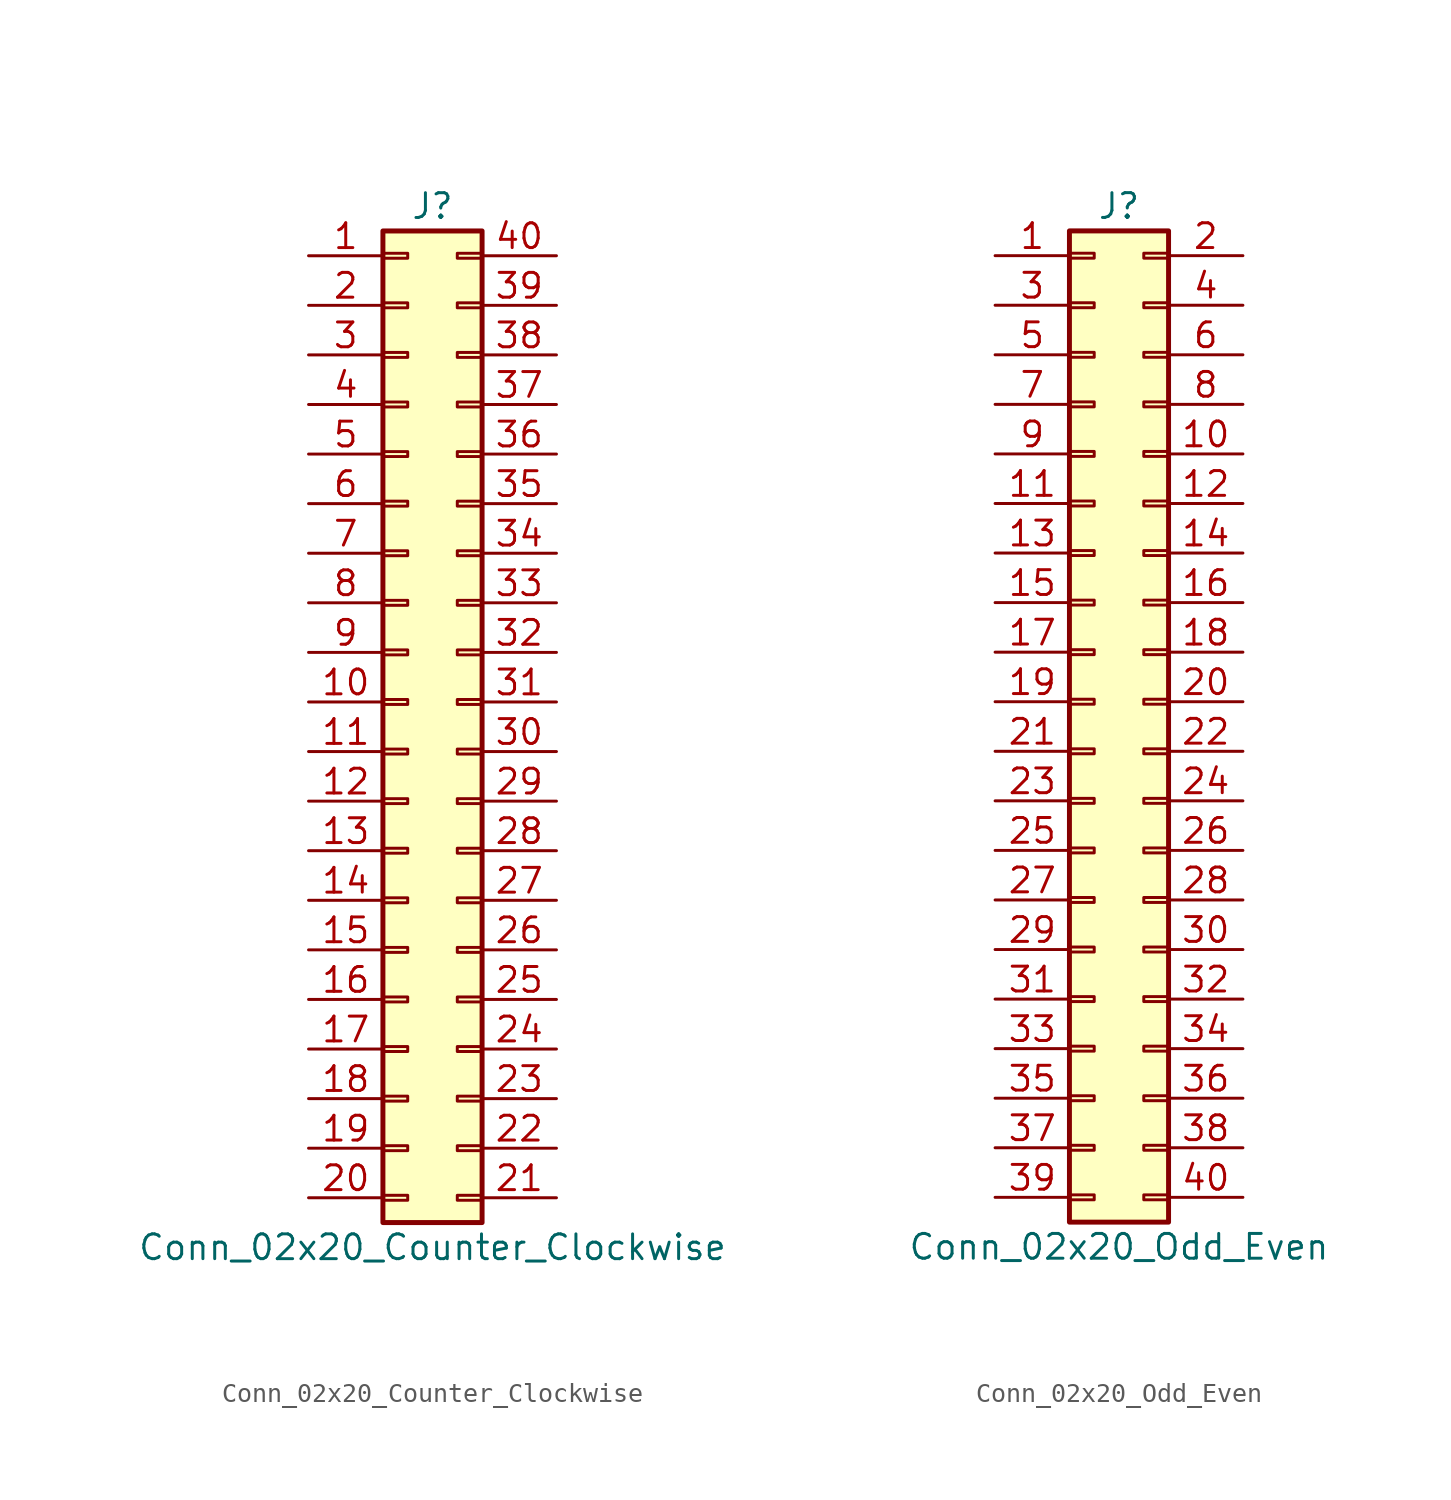
<source format=kicad_sym>
(kicad_symbol_lib
  (version 20201005)
  (generator kicad_symbol_editor)
  (symbol "Connector_Generic:Conn_02x20_Counter_Clockwise"
    (pin_names
      (offset 1.016) hide)
    (property "Reference" "J"
      (at 1.27 25.4 0)
      (effects (font (size 1.27 1.27))))
    (property "Value" "Conn_02x20_Counter_Clockwise"
      (at 1.27 -27.94 0)
      (effects (font (size 1.27 1.27))))
    (symbol "Conn_02x20_Counter_Clockwise_1_1"
      (rectangle (start -1.27 -4.953) (end 0 -5.207) (stroke (width 0.152)) (fill (type none)))
      (rectangle (start -1.27 -7.493) (end 0 -7.747) (stroke (width 0.152)) (fill (type none)))
      (rectangle (start -1.27 -10.033) (end 0 -10.287) (stroke (width 0.152)) (fill (type none)))
      (rectangle (start -1.27 -12.573) (end 0 -12.827) (stroke (width 0.152)) (fill (type none)))
      (rectangle (start -1.27 -15.113) (end 0 -15.367) (stroke (width 0.152)) (fill (type none)))
      (rectangle (start -1.27 -17.653) (end 0 -17.907) (stroke (width 0.152)) (fill (type none)))
      (rectangle (start -1.27 -20.193) (end 0 -20.447) (stroke (width 0.152)) (fill (type none)))
      (rectangle (start -1.27 -22.733) (end 0 -22.987) (stroke (width 0.152)) (fill (type none)))
      (rectangle (start -1.27 -2.413) (end 0 -2.667) (stroke (width 0.152)) (fill (type none)))
      (rectangle (start -1.27 -25.273) (end 0 -25.527) (stroke (width 0.152)) (fill (type none)))
      (rectangle (start -1.27 2.667) (end 0 2.413) (stroke (width 0.152)) (fill (type none)))
      (rectangle (start -1.27 5.207) (end 0 4.953) (stroke (width 0.152)) (fill (type none)))
      (rectangle (start -1.27 7.747) (end 0 7.493) (stroke (width 0.152)) (fill (type none)))
      (rectangle (start -1.27 10.287) (end 0 10.033) (stroke (width 0.152)) (fill (type none)))
      (rectangle (start -1.27 0.127) (end 0 -0.127) (stroke (width 0.152)) (fill (type none)))
      (rectangle (start -1.27 12.827) (end 0 12.573) (stroke (width 0.152)) (fill (type none)))
      (rectangle (start -1.27 15.367) (end 0 15.113) (stroke (width 0.152)) (fill (type none)))
      (rectangle (start -1.27 17.907) (end 0 17.653) (stroke (width 0.152)) (fill (type none)))
      (rectangle (start -1.27 20.447) (end 0 20.193) (stroke (width 0.152)) (fill (type none)))
      (rectangle (start -1.27 22.987) (end 0 22.733) (stroke (width 0.152)) (fill (type none)))
      (rectangle (start -1.27 24.13) (end 3.81 -26.67) (stroke (width 0.254)) (fill (type background)))
      (rectangle (start 3.81 -4.953) (end 2.54 -5.207) (stroke (width 0.152)) (fill (type none)))
      (rectangle (start 3.81 -7.493) (end 2.54 -7.747) (stroke (width 0.152)) (fill (type none)))
      (rectangle (start 3.81 -10.033) (end 2.54 -10.287) (stroke (width 0.152)) (fill (type none)))
      (rectangle (start 3.81 -12.573) (end 2.54 -12.827) (stroke (width 0.152)) (fill (type none)))
      (rectangle (start 3.81 -15.113) (end 2.54 -15.367) (stroke (width 0.152)) (fill (type none)))
      (rectangle (start 3.81 -17.653) (end 2.54 -17.907) (stroke (width 0.152)) (fill (type none)))
      (rectangle (start 3.81 -20.193) (end 2.54 -20.447) (stroke (width 0.152)) (fill (type none)))
      (rectangle (start 3.81 -22.733) (end 2.54 -22.987) (stroke (width 0.152)) (fill (type none)))
      (rectangle (start 3.81 -2.413) (end 2.54 -2.667) (stroke (width 0.152)) (fill (type none)))
      (rectangle (start 3.81 -25.273) (end 2.54 -25.527) (stroke (width 0.152)) (fill (type none)))
      (rectangle (start 3.81 2.667) (end 2.54 2.413) (stroke (width 0.152)) (fill (type none)))
      (rectangle (start 3.81 5.207) (end 2.54 4.953) (stroke (width 0.152)) (fill (type none)))
      (rectangle (start 3.81 7.747) (end 2.54 7.493) (stroke (width 0.152)) (fill (type none)))
      (rectangle (start 3.81 10.287) (end 2.54 10.033) (stroke (width 0.152)) (fill (type none)))
      (rectangle (start 3.81 0.127) (end 2.54 -0.127) (stroke (width 0.152)) (fill (type none)))
      (rectangle (start 3.81 12.827) (end 2.54 12.573) (stroke (width 0.152)) (fill (type none)))
      (rectangle (start 3.81 15.367) (end 2.54 15.113) (stroke (width 0.152)) (fill (type none)))
      (rectangle (start 3.81 17.907) (end 2.54 17.653) (stroke (width 0.152)) (fill (type none)))
      (rectangle (start 3.81 20.447) (end 2.54 20.193) (stroke (width 0.152)) (fill (type none)))
      (rectangle (start 3.81 22.987) (end 2.54 22.733) (stroke (width 0.152)) (fill (type none)))
      (pin passive line (at -5.08 22.86 0) (length 3.81) (name "Pin_1" (effects (font (size 1.27 1.27)))) (number "1" (effects (font (size 1.27 1.27)))))
      (pin passive line (at -5.08 0 0) (length 3.81) (name "Pin_10" (effects (font (size 1.27 1.27)))) (number "10" (effects (font (size 1.27 1.27)))))
      (pin passive line (at -5.08 -2.54 0) (length 3.81) (name "Pin_11" (effects (font (size 1.27 1.27)))) (number "11" (effects (font (size 1.27 1.27)))))
      (pin passive line (at -5.08 -5.08 0) (length 3.81) (name "Pin_12" (effects (font (size 1.27 1.27)))) (number "12" (effects (font (size 1.27 1.27)))))
      (pin passive line (at -5.08 -7.62 0) (length 3.81) (name "Pin_13" (effects (font (size 1.27 1.27)))) (number "13" (effects (font (size 1.27 1.27)))))
      (pin passive line (at -5.08 -10.16 0) (length 3.81) (name "Pin_14" (effects (font (size 1.27 1.27)))) (number "14" (effects (font (size 1.27 1.27)))))
      (pin passive line (at -5.08 -12.7 0) (length 3.81) (name "Pin_15" (effects (font (size 1.27 1.27)))) (number "15" (effects (font (size 1.27 1.27)))))
      (pin passive line (at -5.08 -15.24 0) (length 3.81) (name "Pin_16" (effects (font (size 1.27 1.27)))) (number "16" (effects (font (size 1.27 1.27)))))
      (pin passive line (at -5.08 -17.78 0) (length 3.81) (name "Pin_17" (effects (font (size 1.27 1.27)))) (number "17" (effects (font (size 1.27 1.27)))))
      (pin passive line (at -5.08 -20.32 0) (length 3.81) (name "Pin_18" (effects (font (size 1.27 1.27)))) (number "18" (effects (font (size 1.27 1.27)))))
      (pin passive line (at -5.08 -22.86 0) (length 3.81) (name "Pin_19" (effects (font (size 1.27 1.27)))) (number "19" (effects (font (size 1.27 1.27)))))
      (pin passive line (at -5.08 20.32 0) (length 3.81) (name "Pin_2" (effects (font (size 1.27 1.27)))) (number "2" (effects (font (size 1.27 1.27)))))
      (pin passive line (at -5.08 -25.4 0) (length 3.81) (name "Pin_20" (effects (font (size 1.27 1.27)))) (number "20" (effects (font (size 1.27 1.27)))))
      (pin passive line (at 7.62 -25.4 180) (length 3.81) (name "Pin_21" (effects (font (size 1.27 1.27)))) (number "21" (effects (font (size 1.27 1.27)))))
      (pin passive line (at 7.62 -22.86 180) (length 3.81) (name "Pin_22" (effects (font (size 1.27 1.27)))) (number "22" (effects (font (size 1.27 1.27)))))
      (pin passive line (at 7.62 -20.32 180) (length 3.81) (name "Pin_23" (effects (font (size 1.27 1.27)))) (number "23" (effects (font (size 1.27 1.27)))))
      (pin passive line (at 7.62 -17.78 180) (length 3.81) (name "Pin_24" (effects (font (size 1.27 1.27)))) (number "24" (effects (font (size 1.27 1.27)))))
      (pin passive line (at 7.62 -15.24 180) (length 3.81) (name "Pin_25" (effects (font (size 1.27 1.27)))) (number "25" (effects (font (size 1.27 1.27)))))
      (pin passive line (at 7.62 -12.7 180) (length 3.81) (name "Pin_26" (effects (font (size 1.27 1.27)))) (number "26" (effects (font (size 1.27 1.27)))))
      (pin passive line (at 7.62 -10.16 180) (length 3.81) (name "Pin_27" (effects (font (size 1.27 1.27)))) (number "27" (effects (font (size 1.27 1.27)))))
      (pin passive line (at 7.62 -7.62 180) (length 3.81) (name "Pin_28" (effects (font (size 1.27 1.27)))) (number "28" (effects (font (size 1.27 1.27)))))
      (pin passive line (at 7.62 -5.08 180) (length 3.81) (name "Pin_29" (effects (font (size 1.27 1.27)))) (number "29" (effects (font (size 1.27 1.27)))))
      (pin passive line (at -5.08 17.78 0) (length 3.81) (name "Pin_3" (effects (font (size 1.27 1.27)))) (number "3" (effects (font (size 1.27 1.27)))))
      (pin passive line (at 7.62 -2.54 180) (length 3.81) (name "Pin_30" (effects (font (size 1.27 1.27)))) (number "30" (effects (font (size 1.27 1.27)))))
      (pin passive line (at 7.62 0 180) (length 3.81) (name "Pin_31" (effects (font (size 1.27 1.27)))) (number "31" (effects (font (size 1.27 1.27)))))
      (pin passive line (at 7.62 2.54 180) (length 3.81) (name "Pin_32" (effects (font (size 1.27 1.27)))) (number "32" (effects (font (size 1.27 1.27)))))
      (pin passive line (at 7.62 5.08 180) (length 3.81) (name "Pin_33" (effects (font (size 1.27 1.27)))) (number "33" (effects (font (size 1.27 1.27)))))
      (pin passive line (at 7.62 7.62 180) (length 3.81) (name "Pin_34" (effects (font (size 1.27 1.27)))) (number "34" (effects (font (size 1.27 1.27)))))
      (pin passive line (at 7.62 10.16 180) (length 3.81) (name "Pin_35" (effects (font (size 1.27 1.27)))) (number "35" (effects (font (size 1.27 1.27)))))
      (pin passive line (at 7.62 12.7 180) (length 3.81) (name "Pin_36" (effects (font (size 1.27 1.27)))) (number "36" (effects (font (size 1.27 1.27)))))
      (pin passive line (at 7.62 15.24 180) (length 3.81) (name "Pin_37" (effects (font (size 1.27 1.27)))) (number "37" (effects (font (size 1.27 1.27)))))
      (pin passive line (at 7.62 17.78 180) (length 3.81) (name "Pin_38" (effects (font (size 1.27 1.27)))) (number "38" (effects (font (size 1.27 1.27)))))
      (pin passive line (at 7.62 20.32 180) (length 3.81) (name "Pin_39" (effects (font (size 1.27 1.27)))) (number "39" (effects (font (size 1.27 1.27)))))
      (pin passive line (at -5.08 15.24 0) (length 3.81) (name "Pin_4" (effects (font (size 1.27 1.27)))) (number "4" (effects (font (size 1.27 1.27)))))
      (pin passive line (at 7.62 22.86 180) (length 3.81) (name "Pin_40" (effects (font (size 1.27 1.27)))) (number "40" (effects (font (size 1.27 1.27)))))
      (pin passive line (at -5.08 12.7 0) (length 3.81) (name "Pin_5" (effects (font (size 1.27 1.27)))) (number "5" (effects (font (size 1.27 1.27)))))
      (pin passive line (at -5.08 10.16 0) (length 3.81) (name "Pin_6" (effects (font (size 1.27 1.27)))) (number "6" (effects (font (size 1.27 1.27)))))
      (pin passive line (at -5.08 7.62 0) (length 3.81) (name "Pin_7" (effects (font (size 1.27 1.27)))) (number "7" (effects (font (size 1.27 1.27)))))
      (pin passive line (at -5.08 5.08 0) (length 3.81) (name "Pin_8" (effects (font (size 1.27 1.27)))) (number "8" (effects (font (size 1.27 1.27)))))
      (pin passive line (at -5.08 2.54 0) (length 3.81) (name "Pin_9" (effects (font (size 1.27 1.27)))) (number "9" (effects (font (size 1.27 1.27)))))))
  (symbol "Connector_Generic:Conn_02x20_Odd_Even"
    (pin_names
      (offset 1.016) hide)
    (property "Reference" "J"
      (at 1.27 25.4 0)
      (effects (font (size 1.27 1.27))))
    (property "Value" "Conn_02x20_Odd_Even"
      (at 1.27 -27.94 0)
      (effects (font (size 1.27 1.27))))
    (symbol "Conn_02x20_Odd_Even_1_1"
      (rectangle (start -1.27 -4.953) (end 0 -5.207) (stroke (width 0.152)) (fill (type none)))
      (rectangle (start -1.27 -7.493) (end 0 -7.747) (stroke (width 0.152)) (fill (type none)))
      (rectangle (start -1.27 -10.033) (end 0 -10.287) (stroke (width 0.152)) (fill (type none)))
      (rectangle (start -1.27 -12.573) (end 0 -12.827) (stroke (width 0.152)) (fill (type none)))
      (rectangle (start -1.27 -15.113) (end 0 -15.367) (stroke (width 0.152)) (fill (type none)))
      (rectangle (start -1.27 -17.653) (end 0 -17.907) (stroke (width 0.152)) (fill (type none)))
      (rectangle (start -1.27 -20.193) (end 0 -20.447) (stroke (width 0.152)) (fill (type none)))
      (rectangle (start -1.27 -22.733) (end 0 -22.987) (stroke (width 0.152)) (fill (type none)))
      (rectangle (start -1.27 -2.413) (end 0 -2.667) (stroke (width 0.152)) (fill (type none)))
      (rectangle (start -1.27 -25.273) (end 0 -25.527) (stroke (width 0.152)) (fill (type none)))
      (rectangle (start -1.27 2.667) (end 0 2.413) (stroke (width 0.152)) (fill (type none)))
      (rectangle (start -1.27 5.207) (end 0 4.953) (stroke (width 0.152)) (fill (type none)))
      (rectangle (start -1.27 7.747) (end 0 7.493) (stroke (width 0.152)) (fill (type none)))
      (rectangle (start -1.27 10.287) (end 0 10.033) (stroke (width 0.152)) (fill (type none)))
      (rectangle (start -1.27 0.127) (end 0 -0.127) (stroke (width 0.152)) (fill (type none)))
      (rectangle (start -1.27 12.827) (end 0 12.573) (stroke (width 0.152)) (fill (type none)))
      (rectangle (start -1.27 15.367) (end 0 15.113) (stroke (width 0.152)) (fill (type none)))
      (rectangle (start -1.27 17.907) (end 0 17.653) (stroke (width 0.152)) (fill (type none)))
      (rectangle (start -1.27 20.447) (end 0 20.193) (stroke (width 0.152)) (fill (type none)))
      (rectangle (start -1.27 22.987) (end 0 22.733) (stroke (width 0.152)) (fill (type none)))
      (rectangle (start -1.27 24.13) (end 3.81 -26.67) (stroke (width 0.254)) (fill (type background)))
      (rectangle (start 3.81 -4.953) (end 2.54 -5.207) (stroke (width 0.152)) (fill (type none)))
      (rectangle (start 3.81 -7.493) (end 2.54 -7.747) (stroke (width 0.152)) (fill (type none)))
      (rectangle (start 3.81 -10.033) (end 2.54 -10.287) (stroke (width 0.152)) (fill (type none)))
      (rectangle (start 3.81 -12.573) (end 2.54 -12.827) (stroke (width 0.152)) (fill (type none)))
      (rectangle (start 3.81 -15.113) (end 2.54 -15.367) (stroke (width 0.152)) (fill (type none)))
      (rectangle (start 3.81 -17.653) (end 2.54 -17.907) (stroke (width 0.152)) (fill (type none)))
      (rectangle (start 3.81 -20.193) (end 2.54 -20.447) (stroke (width 0.152)) (fill (type none)))
      (rectangle (start 3.81 -22.733) (end 2.54 -22.987) (stroke (width 0.152)) (fill (type none)))
      (rectangle (start 3.81 -2.413) (end 2.54 -2.667) (stroke (width 0.152)) (fill (type none)))
      (rectangle (start 3.81 -25.273) (end 2.54 -25.527) (stroke (width 0.152)) (fill (type none)))
      (rectangle (start 3.81 2.667) (end 2.54 2.413) (stroke (width 0.152)) (fill (type none)))
      (rectangle (start 3.81 5.207) (end 2.54 4.953) (stroke (width 0.152)) (fill (type none)))
      (rectangle (start 3.81 7.747) (end 2.54 7.493) (stroke (width 0.152)) (fill (type none)))
      (rectangle (start 3.81 10.287) (end 2.54 10.033) (stroke (width 0.152)) (fill (type none)))
      (rectangle (start 3.81 0.127) (end 2.54 -0.127) (stroke (width 0.152)) (fill (type none)))
      (rectangle (start 3.81 12.827) (end 2.54 12.573) (stroke (width 0.152)) (fill (type none)))
      (rectangle (start 3.81 15.367) (end 2.54 15.113) (stroke (width 0.152)) (fill (type none)))
      (rectangle (start 3.81 17.907) (end 2.54 17.653) (stroke (width 0.152)) (fill (type none)))
      (rectangle (start 3.81 20.447) (end 2.54 20.193) (stroke (width 0.152)) (fill (type none)))
      (rectangle (start 3.81 22.987) (end 2.54 22.733) (stroke (width 0.152)) (fill (type none)))
      (pin passive line (at -5.08 22.86 0) (length 3.81) (name "Pin_1" (effects (font (size 1.27 1.27)))) (number "1" (effects (font (size 1.27 1.27)))))
      (pin passive line (at 7.62 12.7 180) (length 3.81) (name "Pin_10" (effects (font (size 1.27 1.27)))) (number "10" (effects (font (size 1.27 1.27)))))
      (pin passive line (at -5.08 10.16 0) (length 3.81) (name "Pin_11" (effects (font (size 1.27 1.27)))) (number "11" (effects (font (size 1.27 1.27)))))
      (pin passive line (at 7.62 10.16 180) (length 3.81) (name "Pin_12" (effects (font (size 1.27 1.27)))) (number "12" (effects (font (size 1.27 1.27)))))
      (pin passive line (at -5.08 7.62 0) (length 3.81) (name "Pin_13" (effects (font (size 1.27 1.27)))) (number "13" (effects (font (size 1.27 1.27)))))
      (pin passive line (at 7.62 7.62 180) (length 3.81) (name "Pin_14" (effects (font (size 1.27 1.27)))) (number "14" (effects (font (size 1.27 1.27)))))
      (pin passive line (at -5.08 5.08 0) (length 3.81) (name "Pin_15" (effects (font (size 1.27 1.27)))) (number "15" (effects (font (size 1.27 1.27)))))
      (pin passive line (at 7.62 5.08 180) (length 3.81) (name "Pin_16" (effects (font (size 1.27 1.27)))) (number "16" (effects (font (size 1.27 1.27)))))
      (pin passive line (at -5.08 2.54 0) (length 3.81) (name "Pin_17" (effects (font (size 1.27 1.27)))) (number "17" (effects (font (size 1.27 1.27)))))
      (pin passive line (at 7.62 2.54 180) (length 3.81) (name "Pin_18" (effects (font (size 1.27 1.27)))) (number "18" (effects (font (size 1.27 1.27)))))
      (pin passive line (at -5.08 0 0) (length 3.81) (name "Pin_19" (effects (font (size 1.27 1.27)))) (number "19" (effects (font (size 1.27 1.27)))))
      (pin passive line (at 7.62 22.86 180) (length 3.81) (name "Pin_2" (effects (font (size 1.27 1.27)))) (number "2" (effects (font (size 1.27 1.27)))))
      (pin passive line (at 7.62 0 180) (length 3.81) (name "Pin_20" (effects (font (size 1.27 1.27)))) (number "20" (effects (font (size 1.27 1.27)))))
      (pin passive line (at -5.08 -2.54 0) (length 3.81) (name "Pin_21" (effects (font (size 1.27 1.27)))) (number "21" (effects (font (size 1.27 1.27)))))
      (pin passive line (at 7.62 -2.54 180) (length 3.81) (name "Pin_22" (effects (font (size 1.27 1.27)))) (number "22" (effects (font (size 1.27 1.27)))))
      (pin passive line (at -5.08 -5.08 0) (length 3.81) (name "Pin_23" (effects (font (size 1.27 1.27)))) (number "23" (effects (font (size 1.27 1.27)))))
      (pin passive line (at 7.62 -5.08 180) (length 3.81) (name "Pin_24" (effects (font (size 1.27 1.27)))) (number "24" (effects (font (size 1.27 1.27)))))
      (pin passive line (at -5.08 -7.62 0) (length 3.81) (name "Pin_25" (effects (font (size 1.27 1.27)))) (number "25" (effects (font (size 1.27 1.27)))))
      (pin passive line (at 7.62 -7.62 180) (length 3.81) (name "Pin_26" (effects (font (size 1.27 1.27)))) (number "26" (effects (font (size 1.27 1.27)))))
      (pin passive line (at -5.08 -10.16 0) (length 3.81) (name "Pin_27" (effects (font (size 1.27 1.27)))) (number "27" (effects (font (size 1.27 1.27)))))
      (pin passive line (at 7.62 -10.16 180) (length 3.81) (name "Pin_28" (effects (font (size 1.27 1.27)))) (number "28" (effects (font (size 1.27 1.27)))))
      (pin passive line (at -5.08 -12.7 0) (length 3.81) (name "Pin_29" (effects (font (size 1.27 1.27)))) (number "29" (effects (font (size 1.27 1.27)))))
      (pin passive line (at -5.08 20.32 0) (length 3.81) (name "Pin_3" (effects (font (size 1.27 1.27)))) (number "3" (effects (font (size 1.27 1.27)))))
      (pin passive line (at 7.62 -12.7 180) (length 3.81) (name "Pin_30" (effects (font (size 1.27 1.27)))) (number "30" (effects (font (size 1.27 1.27)))))
      (pin passive line (at -5.08 -15.24 0) (length 3.81) (name "Pin_31" (effects (font (size 1.27 1.27)))) (number "31" (effects (font (size 1.27 1.27)))))
      (pin passive line (at 7.62 -15.24 180) (length 3.81) (name "Pin_32" (effects (font (size 1.27 1.27)))) (number "32" (effects (font (size 1.27 1.27)))))
      (pin passive line (at -5.08 -17.78 0) (length 3.81) (name "Pin_33" (effects (font (size 1.27 1.27)))) (number "33" (effects (font (size 1.27 1.27)))))
      (pin passive line (at 7.62 -17.78 180) (length 3.81) (name "Pin_34" (effects (font (size 1.27 1.27)))) (number "34" (effects (font (size 1.27 1.27)))))
      (pin passive line (at -5.08 -20.32 0) (length 3.81) (name "Pin_35" (effects (font (size 1.27 1.27)))) (number "35" (effects (font (size 1.27 1.27)))))
      (pin passive line (at 7.62 -20.32 180) (length 3.81) (name "Pin_36" (effects (font (size 1.27 1.27)))) (number "36" (effects (font (size 1.27 1.27)))))
      (pin passive line (at -5.08 -22.86 0) (length 3.81) (name "Pin_37" (effects (font (size 1.27 1.27)))) (number "37" (effects (font (size 1.27 1.27)))))
      (pin passive line (at 7.62 -22.86 180) (length 3.81) (name "Pin_38" (effects (font (size 1.27 1.27)))) (number "38" (effects (font (size 1.27 1.27)))))
      (pin passive line (at -5.08 -25.4 0) (length 3.81) (name "Pin_39" (effects (font (size 1.27 1.27)))) (number "39" (effects (font (size 1.27 1.27)))))
      (pin passive line (at 7.62 20.32 180) (length 3.81) (name "Pin_4" (effects (font (size 1.27 1.27)))) (number "4" (effects (font (size 1.27 1.27)))))
      (pin passive line (at 7.62 -25.4 180) (length 3.81) (name "Pin_40" (effects (font (size 1.27 1.27)))) (number "40" (effects (font (size 1.27 1.27)))))
      (pin passive line (at -5.08 17.78 0) (length 3.81) (name "Pin_5" (effects (font (size 1.27 1.27)))) (number "5" (effects (font (size 1.27 1.27)))))
      (pin passive line (at 7.62 17.78 180) (length 3.81) (name "Pin_6" (effects (font (size 1.27 1.27)))) (number "6" (effects (font (size 1.27 1.27)))))
      (pin passive line (at -5.08 15.24 0) (length 3.81) (name "Pin_7" (effects (font (size 1.27 1.27)))) (number "7" (effects (font (size 1.27 1.27)))))
      (pin passive line (at 7.62 15.24 180) (length 3.81) (name "Pin_8" (effects (font (size 1.27 1.27)))) (number "8" (effects (font (size 1.27 1.27)))))
      (pin passive line (at -5.08 12.7 0) (length 3.81) (name "Pin_9" (effects (font (size 1.27 1.27)))) (number "9" (effects (font (size 1.27 1.27))))))))
</source>
